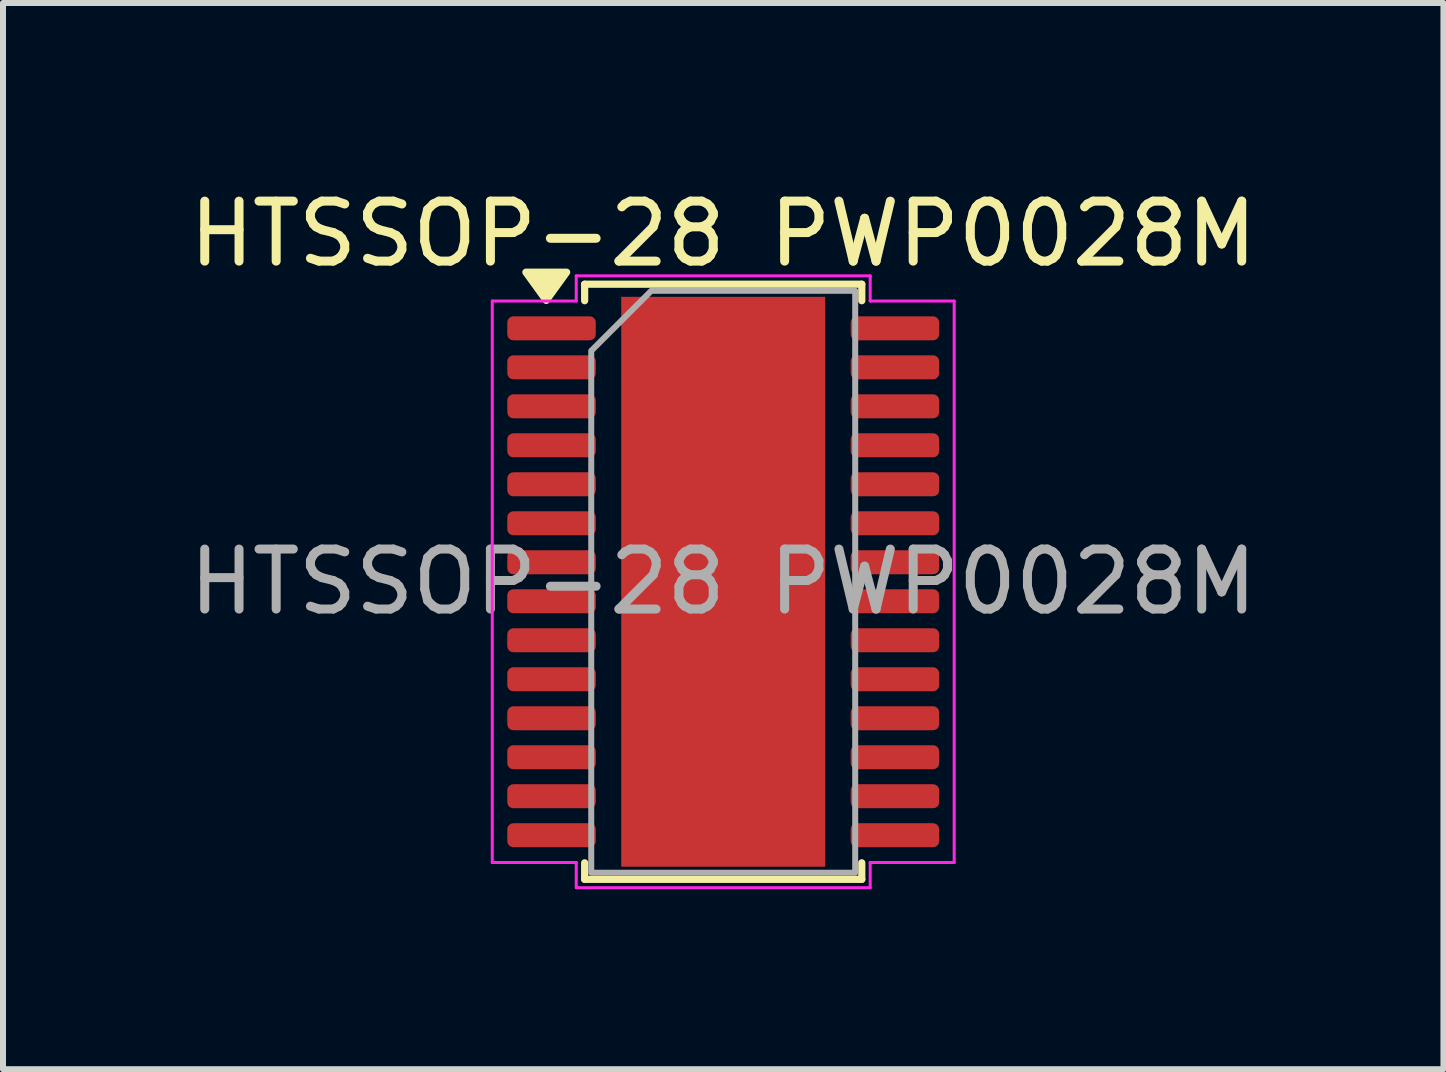
<source format=kicad_pcb>
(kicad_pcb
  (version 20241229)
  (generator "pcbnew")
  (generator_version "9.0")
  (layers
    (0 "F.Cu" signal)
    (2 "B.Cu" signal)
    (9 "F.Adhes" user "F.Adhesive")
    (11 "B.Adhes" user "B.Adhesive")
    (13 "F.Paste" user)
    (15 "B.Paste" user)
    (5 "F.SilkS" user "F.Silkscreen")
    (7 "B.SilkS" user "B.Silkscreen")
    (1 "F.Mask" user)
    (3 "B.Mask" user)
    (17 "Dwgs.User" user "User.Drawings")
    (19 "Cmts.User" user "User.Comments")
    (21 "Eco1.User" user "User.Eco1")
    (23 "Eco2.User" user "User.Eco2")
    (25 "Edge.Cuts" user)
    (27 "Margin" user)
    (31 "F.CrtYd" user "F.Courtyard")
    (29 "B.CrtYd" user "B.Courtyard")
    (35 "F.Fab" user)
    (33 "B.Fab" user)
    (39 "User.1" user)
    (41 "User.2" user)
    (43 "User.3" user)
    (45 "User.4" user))
  (footprint "HTSSOP-28 PWP0028M"
    (layer "F.Cu")
    (at 9.006 6.648)
    (property "Reference" "HTSSOP-28 PWP0028M" (at 0 -5.8 0) (layer "F.SilkS") (effects (font (size 1 1) (thickness 0.15))))
    (attr smd)
    (fp_rect (start -1.55 -2.025) (end 1.55 2.025) (stroke (width 0) (type solid)) (fill yes) (layer "F.Mask"))
    (fp_line (start -2.31 -4.96) (end 2.31 -4.96) (stroke (width 0.12) (type solid)) (layer "F.SilkS"))
    (fp_line (start -2.31 -4.685) (end -2.31 -4.96) (stroke (width 0.12) (type solid)) (layer "F.SilkS"))
    (fp_line (start -2.31 4.96) (end -2.31 4.685) (stroke (width 0.12) (type solid)) (layer "F.SilkS"))
    (fp_line (start 2.31 -4.96) (end 2.31 -4.685) (stroke (width 0.12) (type solid)) (layer "F.SilkS"))
    (fp_line (start 2.31 4.685) (end 2.31 4.96) (stroke (width 0.12) (type solid)) (layer "F.SilkS"))
    (fp_line (start 2.31 4.96) (end -2.31 4.96) (stroke (width 0.12) (type solid)) (layer "F.SilkS"))
    (fp_poly (pts (xy -2.95 -4.69) (xy -3.29 -5.16) (xy -2.61 -5.16)) (stroke (width 0.12) (type solid)) (fill yes) (layer "F.SilkS"))
    (fp_line (start -3.85 -4.68) (end -2.45 -4.68) (stroke (width 0.05) (type solid)) (layer "F.CrtYd"))
    (fp_line (start -3.85 4.68) (end -3.85 -4.68) (stroke (width 0.05) (type solid)) (layer "F.CrtYd"))
    (fp_line (start -2.45 -5.1) (end 2.45 -5.1) (stroke (width 0.05) (type solid)) (layer "F.CrtYd"))
    (fp_line (start -2.45 -4.68) (end -2.45 -5.1) (stroke (width 0.05) (type solid)) (layer "F.CrtYd"))
    (fp_line (start -2.45 4.68) (end -3.85 4.68) (stroke (width 0.05) (type solid)) (layer "F.CrtYd"))
    (fp_line (start -2.45 5.1) (end -2.45 4.68) (stroke (width 0.05) (type solid)) (layer "F.CrtYd"))
    (fp_line (start 2.45 -5.1) (end 2.45 -4.68) (stroke (width 0.05) (type solid)) (layer "F.CrtYd"))
    (fp_line (start 2.45 -4.68) (end 3.85 -4.68) (stroke (width 0.05) (type solid)) (layer "F.CrtYd"))
    (fp_line (start 2.45 4.68) (end 2.45 5.1) (stroke (width 0.05) (type solid)) (layer "F.CrtYd"))
    (fp_line (start 2.45 5.1) (end -2.45 5.1) (stroke (width 0.05) (type solid)) (layer "F.CrtYd"))
    (fp_line (start 3.85 -4.68) (end 3.85 4.68) (stroke (width 0.05) (type solid)) (layer "F.CrtYd"))
    (fp_line (start 3.85 4.68) (end 2.45 4.68) (stroke (width 0.05) (type solid)) (layer "F.CrtYd"))
    (fp_poly (pts (xy -2.2 -3.85) (xy -2.2 4.85) (xy 2.2 4.85) (xy 2.2 -4.85) (xy -1.2 -4.85)) (stroke (width 0.1) (type solid)) (fill no) (layer "F.Fab"))
    (fp_text user "${REFERENCE}" (at 0 0 0) (layer "F.Fab") (effects (font (size 1 1) (thickness 0.15))))
    (pad "" smd roundrect (at -0.75 -1) (size 1.1 1.6) (layers "F.Paste") (roundrect_rratio 0.227))
    (pad "" smd roundrect (at -0.75 1) (size 1.1 1.6) (layers "F.Paste") (roundrect_rratio 0.227))
    (pad "" smd roundrect (at 0.75 -1) (size 1.1 1.6) (layers "F.Paste") (roundrect_rratio 0.227))
    (pad "" smd roundrect (at 0.75 1) (size 1.1 1.6) (layers "F.Paste") (roundrect_rratio 0.227))
    (pad "1" smd roundrect (at -2.862 -4.225) (size 1.475 0.4) (layers "F.Cu" "F.Mask" "F.Paste") (roundrect_rratio 0.25))
    (pad "2" smd roundrect (at -2.862 -3.575) (size 1.475 0.4) (layers "F.Cu" "F.Mask" "F.Paste") (roundrect_rratio 0.25))
    (pad "3" smd roundrect (at -2.862 -2.925) (size 1.475 0.4) (layers "F.Cu" "F.Mask" "F.Paste") (roundrect_rratio 0.25))
    (pad "4" smd roundrect (at -2.862 -2.275) (size 1.475 0.4) (layers "F.Cu" "F.Mask" "F.Paste") (roundrect_rratio 0.25))
    (pad "5" smd roundrect (at -2.862 -1.625) (size 1.475 0.4) (layers "F.Cu" "F.Mask" "F.Paste") (roundrect_rratio 0.25))
    (pad "6" smd roundrect (at -2.862 -0.975) (size 1.475 0.4) (layers "F.Cu" "F.Mask" "F.Paste") (roundrect_rratio 0.25))
    (pad "7" smd roundrect (at -2.862 -0.325) (size 1.475 0.4) (layers "F.Cu" "F.Mask" "F.Paste") (roundrect_rratio 0.25))
    (pad "8" smd roundrect (at -2.862 0.325) (size 1.475 0.4) (layers "F.Cu" "F.Mask" "F.Paste") (roundrect_rratio 0.25))
    (pad "9" smd roundrect (at -2.862 0.975) (size 1.475 0.4) (layers "F.Cu" "F.Mask" "F.Paste") (roundrect_rratio 0.25))
    (pad "10" smd roundrect (at -2.862 1.625) (size 1.475 0.4) (layers "F.Cu" "F.Mask" "F.Paste") (roundrect_rratio 0.25))
    (pad "11" smd roundrect (at -2.862 2.275) (size 1.475 0.4) (layers "F.Cu" "F.Mask" "F.Paste") (roundrect_rratio 0.25))
    (pad "12" smd roundrect (at -2.862 2.925) (size 1.475 0.4) (layers "F.Cu" "F.Mask" "F.Paste") (roundrect_rratio 0.25))
    (pad "13" smd roundrect (at -2.862 3.575) (size 1.475 0.4) (layers "F.Cu" "F.Mask" "F.Paste") (roundrect_rratio 0.25))
    (pad "14" smd roundrect (at -2.862 4.225) (size 1.475 0.4) (layers "F.Cu" "F.Mask" "F.Paste") (roundrect_rratio 0.25))
    (pad "15" smd roundrect (at 2.862 4.225) (size 1.475 0.4) (layers "F.Cu" "F.Mask" "F.Paste") (roundrect_rratio 0.25))
    (pad "16" smd roundrect (at 2.862 3.575) (size 1.475 0.4) (layers "F.Cu" "F.Mask" "F.Paste") (roundrect_rratio 0.25))
    (pad "17" smd roundrect (at 2.862 2.925) (size 1.475 0.4) (layers "F.Cu" "F.Mask" "F.Paste") (roundrect_rratio 0.25))
    (pad "18" smd roundrect (at 2.862 2.275) (size 1.475 0.4) (layers "F.Cu" "F.Mask" "F.Paste") (roundrect_rratio 0.25))
    (pad "19" smd roundrect (at 2.862 1.625) (size 1.475 0.4) (layers "F.Cu" "F.Mask" "F.Paste") (roundrect_rratio 0.25))
    (pad "20" smd roundrect (at 2.862 0.975) (size 1.475 0.4) (layers "F.Cu" "F.Mask" "F.Paste") (roundrect_rratio 0.25))
    (pad "21" smd roundrect (at 2.862 0.325) (size 1.475 0.4) (layers "F.Cu" "F.Mask" "F.Paste") (roundrect_rratio 0.25))
    (pad "22" smd roundrect (at 2.862 -0.325) (size 1.475 0.4) (layers "F.Cu" "F.Mask" "F.Paste") (roundrect_rratio 0.25))
    (pad "23" smd roundrect (at 2.862 -0.975) (size 1.475 0.4) (layers "F.Cu" "F.Mask" "F.Paste") (roundrect_rratio 0.25))
    (pad "24" smd roundrect (at 2.862 -1.625) (size 1.475 0.4) (layers "F.Cu" "F.Mask" "F.Paste") (roundrect_rratio 0.25))
    (pad "25" smd roundrect (at 2.862 -2.275) (size 1.475 0.4) (layers "F.Cu" "F.Mask" "F.Paste") (roundrect_rratio 0.25))
    (pad "26" smd roundrect (at 2.862 -2.925) (size 1.475 0.4) (layers "F.Cu" "F.Mask" "F.Paste") (roundrect_rratio 0.25))
    (pad "27" smd roundrect (at 2.862 -3.575) (size 1.475 0.4) (layers "F.Cu" "F.Mask" "F.Paste") (roundrect_rratio 0.25))
    (pad "28" smd roundrect (at 2.862 -4.225) (size 1.475 0.4) (layers "F.Cu" "F.Mask" "F.Paste") (roundrect_rratio 0.25))
    (pad "29" smd rect (at 0 0) (size 3.4 9.5) (property pad_prop_heatsink) (layers "F.Cu")))
  (gr_rect
    (start -3 -3)
    (end 21.012 14.773)
    (stroke (width 0.1) (type default))
    (fill no)
    (layer "Edge.Cuts")))
</source>
